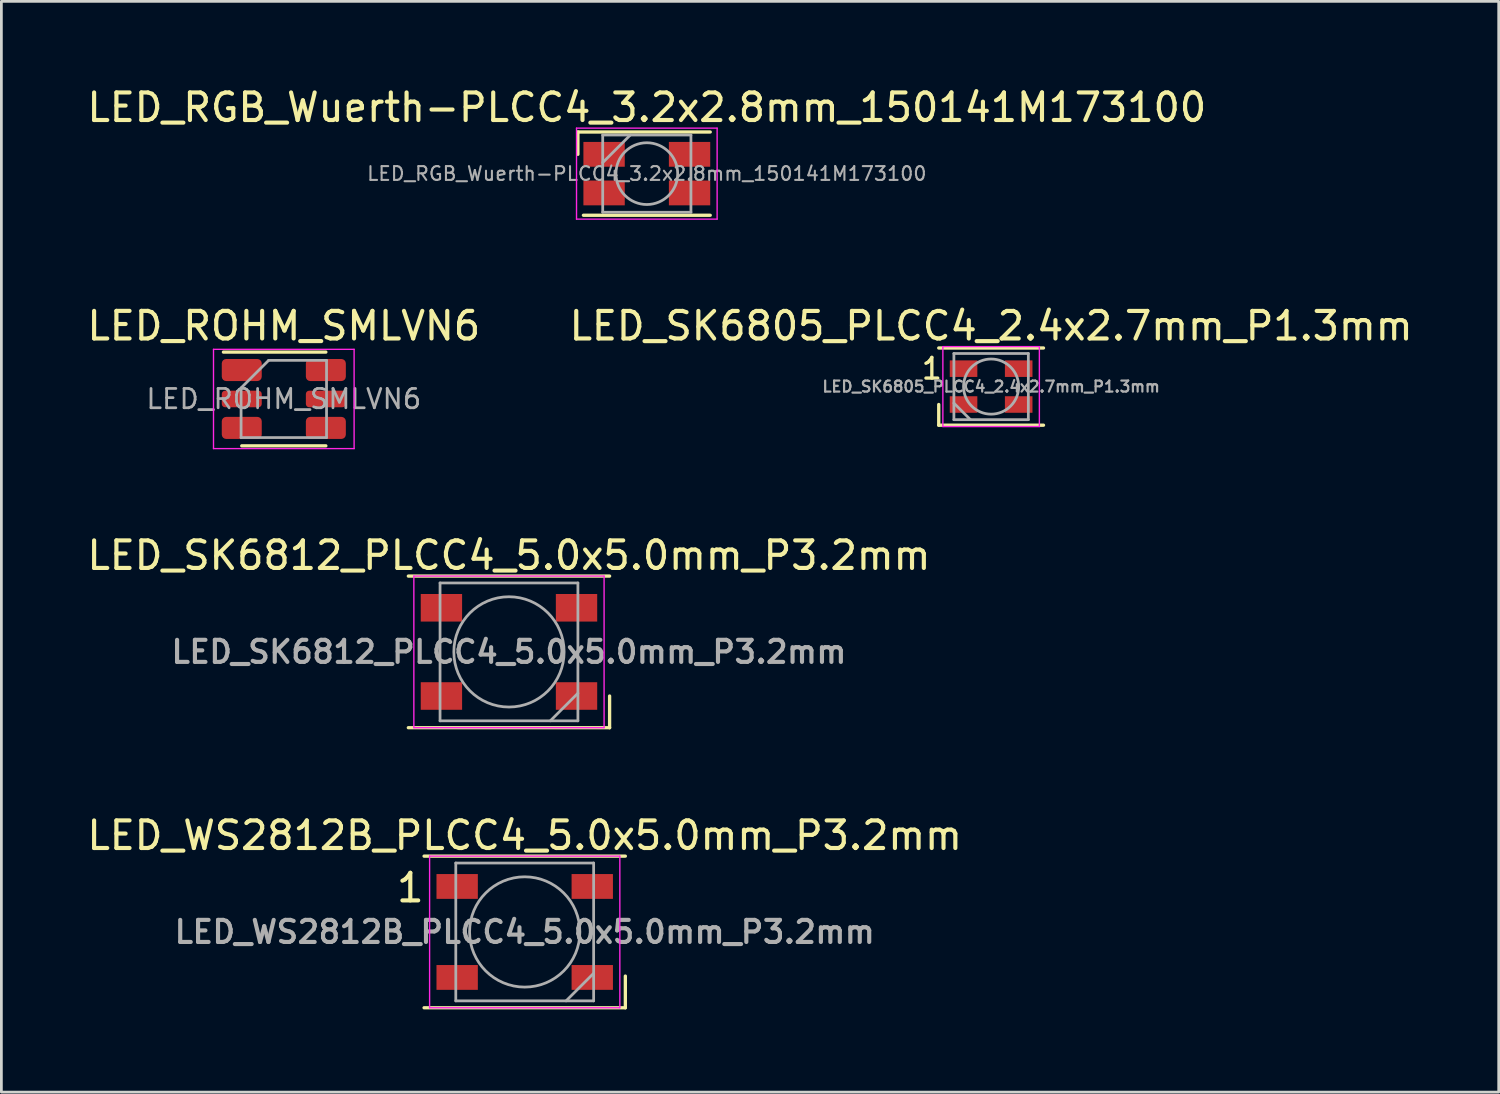
<source format=kicad_pcb>
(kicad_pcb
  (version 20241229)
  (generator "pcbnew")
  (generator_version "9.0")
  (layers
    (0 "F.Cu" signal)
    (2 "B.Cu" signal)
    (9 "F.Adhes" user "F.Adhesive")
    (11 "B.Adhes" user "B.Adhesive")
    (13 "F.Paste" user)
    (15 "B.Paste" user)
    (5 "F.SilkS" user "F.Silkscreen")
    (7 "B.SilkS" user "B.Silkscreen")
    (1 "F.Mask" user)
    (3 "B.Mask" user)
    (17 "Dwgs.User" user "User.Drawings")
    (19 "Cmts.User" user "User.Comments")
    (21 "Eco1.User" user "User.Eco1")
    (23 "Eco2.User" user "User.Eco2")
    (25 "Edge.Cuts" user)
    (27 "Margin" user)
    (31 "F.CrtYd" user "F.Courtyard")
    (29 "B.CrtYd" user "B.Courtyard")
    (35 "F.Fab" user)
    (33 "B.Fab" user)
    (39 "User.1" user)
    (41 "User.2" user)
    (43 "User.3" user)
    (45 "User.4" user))
  (footprint "LED_SK6812_PLCC4_5.0x5.0mm_P3.2mm"
    (layer "F.Cu")
    (at 15.411 20.595)
    (property "Reference" "LED_SK6812_PLCC4_5.0x5.0mm_P3.2mm" (at 0 -3.5 0) (layer "F.SilkS") (effects (font (size 1 1) (thickness 0.15))))
    (attr smd)
    (fp_line (start -3.65 -2.75) (end 3.65 -2.75) (stroke (width 0.12) (type solid)) (layer "F.SilkS"))
    (fp_line (start -3.65 2.75) (end 3.65 2.75) (stroke (width 0.12) (type solid)) (layer "F.SilkS"))
    (fp_line (start 3.65 2.75) (end 3.65 1.6) (stroke (width 0.12) (type solid)) (layer "F.SilkS"))
    (fp_line (start -3.45 -2.75) (end -3.45 2.75) (stroke (width 0.05) (type solid)) (layer "F.CrtYd"))
    (fp_line (start -3.45 2.75) (end 3.45 2.75) (stroke (width 0.05) (type solid)) (layer "F.CrtYd"))
    (fp_line (start 3.45 -2.75) (end -3.45 -2.75) (stroke (width 0.05) (type solid)) (layer "F.CrtYd"))
    (fp_line (start 3.45 2.75) (end 3.45 -2.75) (stroke (width 0.05) (type solid)) (layer "F.CrtYd"))
    (fp_line (start -2.5 -2.5) (end -2.5 2.5) (stroke (width 0.1) (type solid)) (layer "F.Fab"))
    (fp_line (start -2.5 2.5) (end 2.5 2.5) (stroke (width 0.1) (type solid)) (layer "F.Fab"))
    (fp_line (start 2.5 -2.5) (end -2.5 -2.5) (stroke (width 0.1) (type solid)) (layer "F.Fab"))
    (fp_line (start 2.5 1.5) (end 1.5 2.5) (stroke (width 0.1) (type solid)) (layer "F.Fab"))
    (fp_line (start 2.5 2.5) (end 2.5 -2.5) (stroke (width 0.1) (type solid)) (layer "F.Fab"))
    (fp_circle (center 0 0) (end 0 -2) (stroke (width 0.1) (type solid)) (fill no) (layer "F.Fab"))
    (fp_text user "${REFERENCE}" (at 0 0 0) (layer "F.Fab") (effects (font (size 0.8 0.8) (thickness 0.15))))
    (pad "1" smd rect (at 2.45 1.6) (size 1.5 1) (layers "F.Cu" "F.Mask" "F.Paste"))
    (pad "2" smd rect (at 2.45 -1.6) (size 1.5 1) (layers "F.Cu" "F.Mask" "F.Paste"))
    (pad "3" smd rect (at -2.45 -1.6) (size 1.5 1) (layers "F.Cu" "F.Mask" "F.Paste"))
    (pad "4" smd rect (at -2.45 1.6) (size 1.5 1) (layers "F.Cu" "F.Mask" "F.Paste")))
  (footprint "LED_WS2812B_PLCC4_5.0x5.0mm_P3.2mm"
    (layer "F.Cu")
    (at 15.982 30.753)
    (property "Reference" "LED_WS2812B_PLCC4_5.0x5.0mm_P3.2mm" (at 0 -3.5 0) (layer "F.SilkS") (effects (font (size 1 1) (thickness 0.15))))
    (attr smd)
    (fp_line (start -3.65 -2.75) (end 3.65 -2.75) (stroke (width 0.12) (type solid)) (layer "F.SilkS"))
    (fp_line (start -3.65 2.75) (end 3.65 2.75) (stroke (width 0.12) (type solid)) (layer "F.SilkS"))
    (fp_line (start 3.65 2.75) (end 3.65 1.6) (stroke (width 0.12) (type solid)) (layer "F.SilkS"))
    (fp_line (start -3.45 -2.75) (end -3.45 2.75) (stroke (width 0.05) (type solid)) (layer "F.CrtYd"))
    (fp_line (start -3.45 2.75) (end 3.45 2.75) (stroke (width 0.05) (type solid)) (layer "F.CrtYd"))
    (fp_line (start 3.45 -2.75) (end -3.45 -2.75) (stroke (width 0.05) (type solid)) (layer "F.CrtYd"))
    (fp_line (start 3.45 2.75) (end 3.45 -2.75) (stroke (width 0.05) (type solid)) (layer "F.CrtYd"))
    (fp_line (start -2.5 -2.5) (end -2.5 2.5) (stroke (width 0.1) (type solid)) (layer "F.Fab"))
    (fp_line (start -2.5 2.5) (end 2.5 2.5) (stroke (width 0.1) (type solid)) (layer "F.Fab"))
    (fp_line (start 2.5 -2.5) (end -2.5 -2.5) (stroke (width 0.1) (type solid)) (layer "F.Fab"))
    (fp_line (start 2.5 1.5) (end 1.5 2.5) (stroke (width 0.1) (type solid)) (layer "F.Fab"))
    (fp_line (start 2.5 2.5) (end 2.5 -2.5) (stroke (width 0.1) (type solid)) (layer "F.Fab"))
    (fp_circle (center 0 0) (end 0 -2) (stroke (width 0.1) (type solid)) (fill no) (layer "F.Fab"))
    (fp_text user "1" (at -4.15 -1.6 0) (layer "F.SilkS") (effects (font (size 1 1) (thickness 0.15))))
    (fp_text user "${REFERENCE}" (at 0 0 0) (layer "F.Fab") (effects (font (size 0.8 0.8) (thickness 0.15))))
    (pad "1" smd rect (at -2.45 -1.65) (size 1.5 0.9) (layers "F.Cu" "F.Mask" "F.Paste"))
    (pad "2" smd rect (at -2.45 1.65) (size 1.5 0.9) (layers "F.Cu" "F.Mask" "F.Paste"))
    (pad "3" smd rect (at 2.45 1.65) (size 1.5 0.9) (layers "F.Cu" "F.Mask" "F.Paste"))
    (pad "4" smd rect (at 2.45 -1.65) (size 1.5 0.9) (layers "F.Cu" "F.Mask" "F.Paste")))
  (footprint "LED_SK6805_PLCC4_2.4x2.7mm_P1.3mm"
    (layer "F.Cu")
    (at 32.899 10.972)
    (property "Reference" "LED_SK6805_PLCC4_2.4x2.7mm_P1.3mm" (at 0 -2.2 0) (layer "F.SilkS") (effects (font (size 1 1) (thickness 0.15))))
    (attr smd)
    (fp_line (start -1.9 -1.4) (end 1.9 -1.4) (stroke (width 0.12) (type solid)) (layer "F.SilkS"))
    (fp_line (start -1.9 1.4) (end -1.9 0.65) (stroke (width 0.12) (type solid)) (layer "F.SilkS"))
    (fp_line (start -1.9 1.4) (end 1.9 1.4) (stroke (width 0.12) (type solid)) (layer "F.SilkS"))
    (fp_line (start -1.75 -1.45) (end -1.75 1.45) (stroke (width 0.05) (type solid)) (layer "F.CrtYd"))
    (fp_line (start -1.75 1.45) (end 1.75 1.45) (stroke (width 0.05) (type solid)) (layer "F.CrtYd"))
    (fp_line (start 1.75 -1.45) (end -1.75 -1.45) (stroke (width 0.05) (type solid)) (layer "F.CrtYd"))
    (fp_line (start 1.75 1.45) (end 1.75 -1.45) (stroke (width 0.05) (type solid)) (layer "F.CrtYd"))
    (fp_line (start -1.35 -1.2) (end -1.35 1.2) (stroke (width 0.1) (type solid)) (layer "F.Fab"))
    (fp_line (start -1.35 0.6) (end -0.75 1.2) (stroke (width 0.1) (type solid)) (layer "F.Fab"))
    (fp_line (start -1.35 1.2) (end 1.35 1.2) (stroke (width 0.1) (type solid)) (layer "F.Fab"))
    (fp_line (start 1.35 -1.2) (end -1.35 -1.2) (stroke (width 0.1) (type solid)) (layer "F.Fab"))
    (fp_line (start 1.35 1.2) (end 1.35 -1.2) (stroke (width 0.1) (type solid)) (layer "F.Fab"))
    (fp_circle (center 0 0) (end 0 -1) (stroke (width 0.1) (type solid)) (fill no) (layer "F.Fab"))
    (fp_text user "1" (at -2.15 -0.65 0) (layer "F.SilkS") (effects (font (size 0.75 0.75) (thickness 0.12))))
    (fp_text user "${REFERENCE}" (at 0 0 0) (layer "F.Fab") (effects (font (size 0.4 0.4) (thickness 0.08))))
    (pad "1" smd rect (at -1 -0.65) (size 1 0.6) (layers "F.Cu" "F.Mask" "F.Paste"))
    (pad "2" smd rect (at -1 0.65) (size 1 0.6) (layers "F.Cu" "F.Mask" "F.Paste"))
    (pad "3" smd rect (at 1 0.65) (size 1 0.6) (layers "F.Cu" "F.Mask" "F.Paste"))
    (pad "4" smd rect (at 1 -0.65) (size 1 0.6) (layers "F.Cu" "F.Mask" "F.Paste")))
  (footprint "LED_RGB_Wuerth-PLCC4_3.2x2.8mm_150141M173100"
    (layer "F.Cu")
    (at 20.411 3.248)
    (property "Reference" "LED_RGB_Wuerth-PLCC4_3.2x2.8mm_150141M173100" (at 0 -2.4 0) (layer "F.SilkS") (effects (font (size 1 1) (thickness 0.15))))
    (attr smd)
    (fp_line (start -2.5 -1.51) (end 2.3 -1.51) (stroke (width 0.12) (type solid)) (layer "F.SilkS"))
    (fp_line (start -2.5 -0.7) (end -2.5 -1.51) (stroke (width 0.12) (type solid)) (layer "F.SilkS"))
    (fp_line (start -2.3 1.51) (end 2.3 1.51) (stroke (width 0.12) (type solid)) (layer "F.SilkS"))
    (fp_line (start -2.55 -1.65) (end -2.55 1.65) (stroke (width 0.05) (type solid)) (layer "F.CrtYd"))
    (fp_line (start -2.55 1.65) (end 2.55 1.65) (stroke (width 0.05) (type solid)) (layer "F.CrtYd"))
    (fp_line (start 2.55 -1.65) (end -2.55 -1.65) (stroke (width 0.05) (type solid)) (layer "F.CrtYd"))
    (fp_line (start 2.55 1.65) (end 2.55 -1.65) (stroke (width 0.05) (type solid)) (layer "F.CrtYd"))
    (fp_line (start -1.6 -1.4) (end -1.6 1.4) (stroke (width 0.1) (type solid)) (layer "F.Fab"))
    (fp_line (start -1.6 1.4) (end 1.6 1.4) (stroke (width 0.1) (type solid)) (layer "F.Fab"))
    (fp_line (start -0.6 -1.4) (end -1.6 -0.4) (stroke (width 0.1) (type solid)) (layer "F.Fab"))
    (fp_line (start 1.6 -1.4) (end -1.6 -1.4) (stroke (width 0.1) (type solid)) (layer "F.Fab"))
    (fp_line (start 1.6 1.4) (end 1.6 -1.4) (stroke (width 0.1) (type solid)) (layer "F.Fab"))
    (fp_circle (center 0 0) (end 1.12 0) (stroke (width 0.1) (type solid)) (fill no) (layer "F.Fab"))
    (fp_text user "${REFERENCE}" (at 0 0 0) (layer "F.Fab") (effects (font (size 0.5 0.5) (thickness 0.075))))
    (pad "1" smd rect (at 1.55 -0.7) (size 1.5 0.9) (layers "F.Cu" "F.Mask" "F.Paste"))
    (pad "2" smd rect (at 1.55 0.7) (size 1.5 0.9) (layers "F.Cu" "F.Mask" "F.Paste"))
    (pad "3" smd rect (at -1.55 -0.7) (size 1.5 0.9) (layers "F.Cu" "F.Mask" "F.Paste"))
    (pad "4" smd rect (at -1.55 0.7) (size 1.5 0.9) (layers "F.Cu" "F.Mask" "F.Paste")))
  (footprint "LED_ROHM_SMLVN6"
    (layer "F.Cu")
    (at 7.244 11.421)
    (property "Reference" "LED_ROHM_SMLVN6" (at 0 -2.65 0) (layer "F.SilkS") (effects (font (size 1 1) (thickness 0.15))))
    (attr smd)
    (fp_line (start -2.19 -1.7) (end 1.525 -1.7) (stroke (width 0.12) (type solid)) (layer "F.SilkS"))
    (fp_line (start -1.525 1.7) (end 1.525 1.7) (stroke (width 0.12) (type solid)) (layer "F.SilkS"))
    (fp_line (start -2.55 -1.8) (end -2.55 1.8) (stroke (width 0.05) (type solid)) (layer "F.CrtYd"))
    (fp_line (start -2.55 1.8) (end 2.55 1.8) (stroke (width 0.05) (type solid)) (layer "F.CrtYd"))
    (fp_line (start 2.55 -1.8) (end -2.55 -1.8) (stroke (width 0.05) (type solid)) (layer "F.CrtYd"))
    (fp_line (start 2.55 1.8) (end 2.55 -1.8) (stroke (width 0.05) (type solid)) (layer "F.CrtYd"))
    (fp_line (start -1.55 -0.4) (end -0.55 -1.4) (stroke (width 0.1) (type solid)) (layer "F.Fab"))
    (fp_line (start -1.55 1.4) (end -1.55 -0.4) (stroke (width 0.1) (type solid)) (layer "F.Fab"))
    (fp_line (start -0.55 -1.4) (end 1.55 -1.4) (stroke (width 0.1) (type solid)) (layer "F.Fab"))
    (fp_line (start 1.55 -1.4) (end 1.55 1.4) (stroke (width 0.1) (type solid)) (layer "F.Fab"))
    (fp_line (start 1.55 1.4) (end -1.55 1.4) (stroke (width 0.1) (type solid)) (layer "F.Fab"))
    (fp_text user "${REFERENCE}" (at 0 0 0) (layer "F.Fab") (effects (font (size 0.7 0.7) (thickness 0.1))))
    (pad "1" smd roundrect (at -1.525 -1.05) (size 1.45 0.8) (layers "F.Cu" "F.Mask" "F.Paste") (roundrect_rratio 0.2))
    (pad "2" smd roundrect (at -1.525 0) (size 1.45 0.6) (layers "F.Cu" "F.Mask" "F.Paste") (roundrect_rratio 0.2))
    (pad "3" smd roundrect (at -1.525 1.05) (size 1.45 0.8) (layers "F.Cu" "F.Mask" "F.Paste") (roundrect_rratio 0.2))
    (pad "4" smd roundrect (at 1.525 1.05) (size 1.45 0.8) (layers "F.Cu" "F.Mask" "F.Paste") (roundrect_rratio 0.2))
    (pad "5" smd roundrect (at 1.525 0) (size 1.45 0.6) (layers "F.Cu" "F.Mask" "F.Paste") (roundrect_rratio 0.2))
    (pad "6" smd roundrect (at 1.525 -1.05) (size 1.45 0.8) (layers "F.Cu" "F.Mask" "F.Paste") (roundrect_rratio 0.2)))
  (gr_rect
    (start -3 -3)
    (end 51.31 36.563)
    (stroke (width 0.1) (type default))
    (fill no)
    (layer "Edge.Cuts")))
</source>
